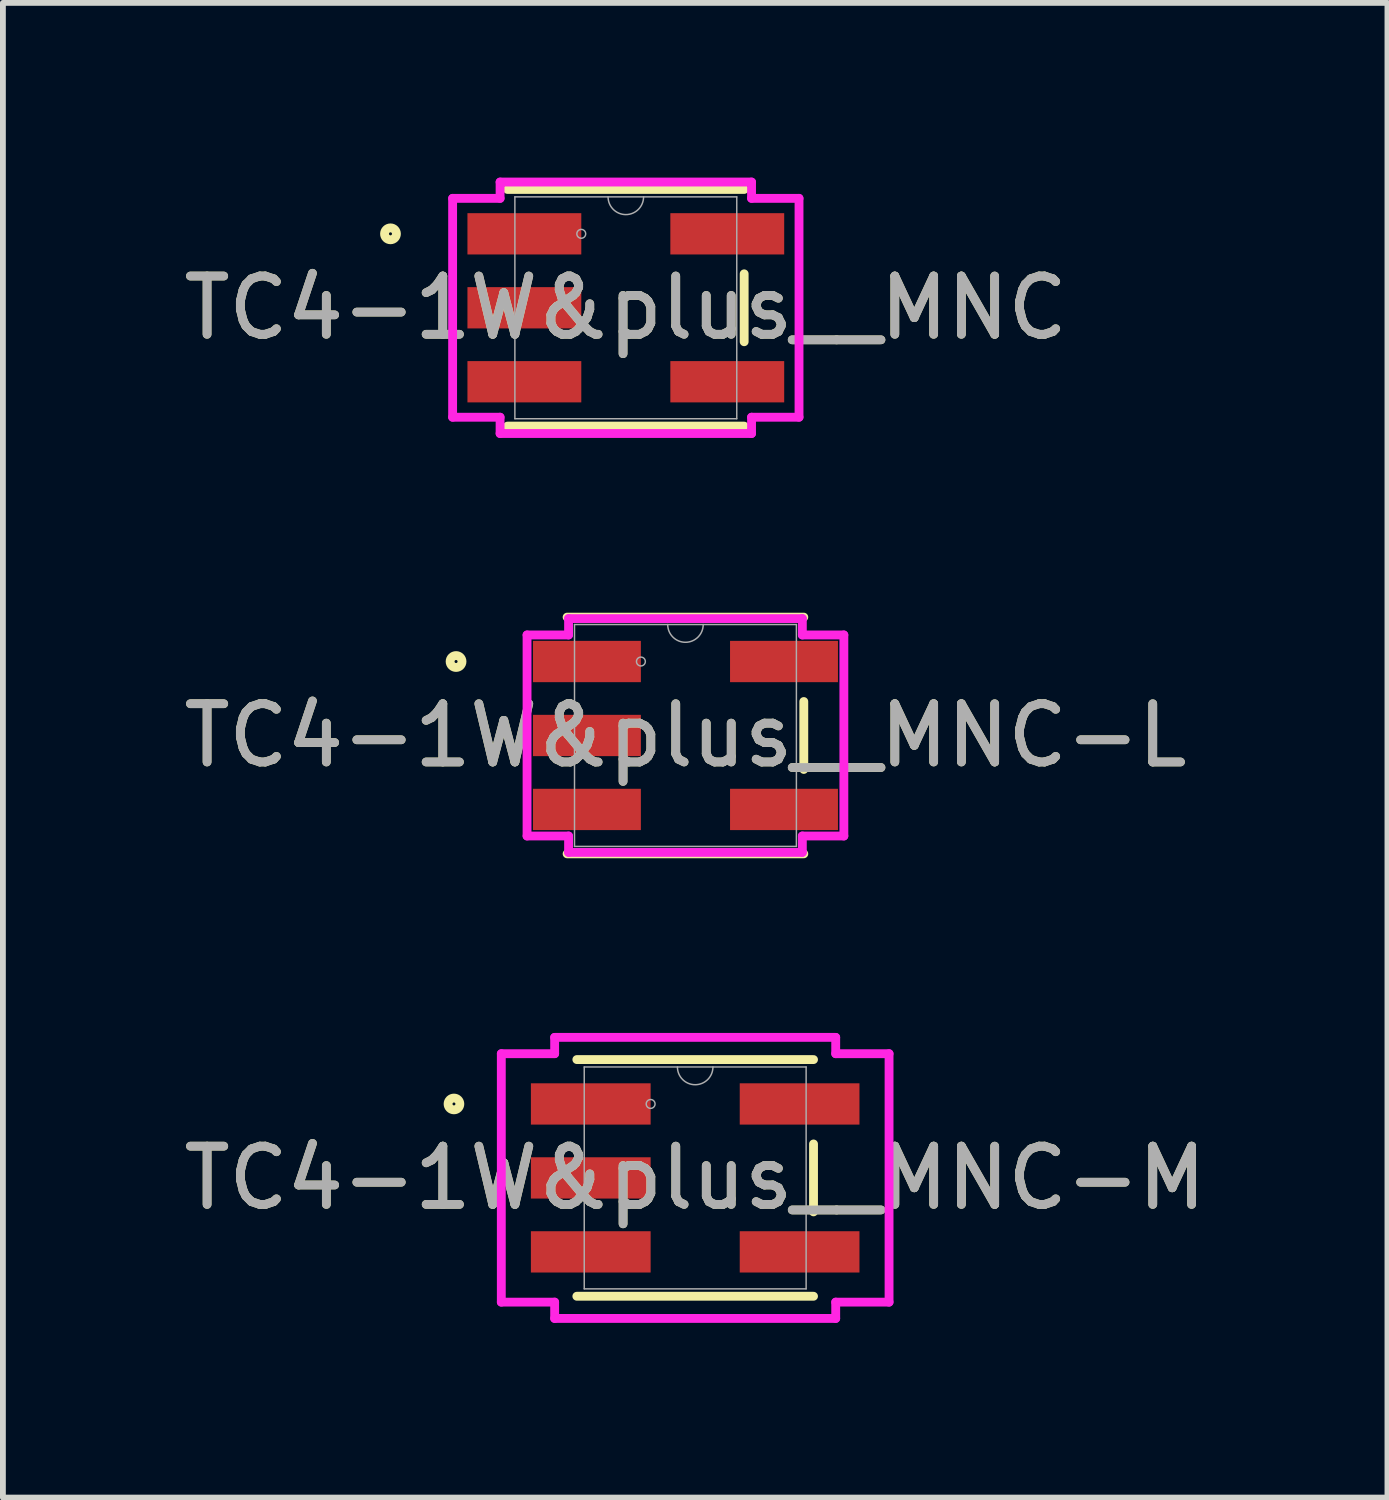
<source format=kicad_pcb>
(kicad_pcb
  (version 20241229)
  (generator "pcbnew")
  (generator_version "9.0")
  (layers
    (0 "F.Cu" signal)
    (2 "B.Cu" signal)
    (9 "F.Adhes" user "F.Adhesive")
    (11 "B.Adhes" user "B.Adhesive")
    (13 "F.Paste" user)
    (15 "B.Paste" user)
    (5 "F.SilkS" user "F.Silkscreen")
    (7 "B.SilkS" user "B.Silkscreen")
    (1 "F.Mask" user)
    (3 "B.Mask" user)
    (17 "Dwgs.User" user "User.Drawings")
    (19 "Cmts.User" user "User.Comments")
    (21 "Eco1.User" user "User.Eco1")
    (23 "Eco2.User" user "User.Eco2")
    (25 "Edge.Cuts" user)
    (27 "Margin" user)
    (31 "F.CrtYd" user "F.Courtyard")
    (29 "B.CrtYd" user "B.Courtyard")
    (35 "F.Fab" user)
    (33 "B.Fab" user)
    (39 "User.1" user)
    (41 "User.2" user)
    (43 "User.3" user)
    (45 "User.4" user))
  (footprint "TC4-1W&plus__MNC-M"
    (layer "F.Cu")
    (at 8.887 17.176)
    (property "Reference" "TC4-1W&plus__MNC-M" (at 0 0 0) (unlocked yes) (layer "F.SilkS") (effects (font (size 1 1) (thickness 0.15))))
    (attr smd)
    (fp_line (start -2.032 2.032) (end 2.032 2.032) (stroke (width 0.152) (type solid)) (layer "F.SilkS"))
    (fp_line (start 2.032 -2.032) (end -2.032 -2.032) (stroke (width 0.152) (type solid)) (layer "F.SilkS"))
    (fp_line (start 2.032 0.583) (end 2.032 -0.583) (stroke (width 0.152) (type solid)) (layer "F.SilkS"))
    (fp_circle (center -4.142 -1.27) (end -4.041 -1.27) (stroke (width 0.152) (type solid)) (fill no) (layer "F.SilkS"))
    (fp_line (start -3.329 -2.133) (end -2.413 -2.133) (stroke (width 0.152) (type solid)) (layer "F.CrtYd"))
    (fp_line (start -3.329 2.133) (end -3.329 -2.133) (stroke (width 0.152) (type solid)) (layer "F.CrtYd"))
    (fp_line (start -3.329 2.133) (end -2.413 2.133) (stroke (width 0.152) (type solid)) (layer "F.CrtYd"))
    (fp_line (start -2.413 -2.413) (end 2.413 -2.413) (stroke (width 0.152) (type solid)) (layer "F.CrtYd"))
    (fp_line (start -2.413 -2.133) (end -2.413 -2.413) (stroke (width 0.152) (type solid)) (layer "F.CrtYd"))
    (fp_line (start -2.413 2.413) (end -2.413 2.133) (stroke (width 0.152) (type solid)) (layer "F.CrtYd"))
    (fp_line (start 2.413 -2.413) (end 2.413 -2.133) (stroke (width 0.152) (type solid)) (layer "F.CrtYd"))
    (fp_line (start 2.413 2.133) (end 2.413 2.413) (stroke (width 0.152) (type solid)) (layer "F.CrtYd"))
    (fp_line (start 2.413 2.413) (end -2.413 2.413) (stroke (width 0.152) (type solid)) (layer "F.CrtYd"))
    (fp_line (start 3.329 -2.133) (end 2.413 -2.133) (stroke (width 0.152) (type solid)) (layer "F.CrtYd"))
    (fp_line (start 3.329 -2.133) (end 3.329 2.133) (stroke (width 0.152) (type solid)) (layer "F.CrtYd"))
    (fp_line (start 3.329 2.133) (end 2.413 2.133) (stroke (width 0.152) (type solid)) (layer "F.CrtYd"))
    (fp_line (start -1.905 -1.905) (end -1.905 1.905) (stroke (width 0.025) (type solid)) (layer "F.Fab"))
    (fp_line (start -1.905 1.905) (end 1.905 1.905) (stroke (width 0.025) (type solid)) (layer "F.Fab"))
    (fp_line (start 1.905 -1.905) (end -1.905 -1.905) (stroke (width 0.025) (type solid)) (layer "F.Fab"))
    (fp_line (start 1.905 1.905) (end 1.905 -1.905) (stroke (width 0.025) (type solid)) (layer "F.Fab"))
    (fp_arc (start 0.3048 -1.905) (mid 0 -1.6002) (end -0.3048 -1.905) (stroke (width 0.0254) (type solid)) (layer "F.Fab"))
    (fp_circle (center -0.765 -1.27) (end -0.689 -1.27) (stroke (width 0.025) (type solid)) (fill no) (layer "F.Fab"))
    (fp_text user "${REFERENCE}" (at 0 0 0) (unlocked yes) (layer "F.Fab") (effects (font (size 1 1) (thickness 0.15))))
    (pad "1" smd rect (at -1.793 -1.27) (size 2.056 0.709) (layers "F.Cu" "F.Mask" "F.Paste"))
    (pad "2" smd rect (at -1.793 0) (size 2.056 0.709) (layers "F.Cu" "F.Mask" "F.Paste"))
    (pad "3" smd rect (at -1.793 1.27) (size 2.056 0.709) (layers "F.Cu" "F.Mask" "F.Paste"))
    (pad "4" smd rect (at 1.793 1.27) (size 2.056 0.709) (layers "F.Cu" "F.Mask" "F.Paste"))
    (pad "6" smd rect (at 1.793 -1.27) (size 2.056 0.709) (layers "F.Cu" "F.Mask" "F.Paste")))
  (footprint "TC4-1W&plus__MNC"
    (layer "F.Cu")
    (at 7.696 2.235)
    (property "Reference" "TC4-1W&plus__MNC" (at 0 0 0) (unlocked yes) (layer "F.SilkS") (effects (font (size 1 1) (thickness 0.15))))
    (attr smd)
    (fp_line (start -2.032 2.032) (end 2.032 2.032) (stroke (width 0.152) (type solid)) (layer "F.SilkS"))
    (fp_line (start 2.032 -2.032) (end -2.032 -2.032) (stroke (width 0.152) (type solid)) (layer "F.SilkS"))
    (fp_line (start 2.032 0.583) (end 2.032 -0.583) (stroke (width 0.152) (type solid)) (layer "F.SilkS"))
    (fp_circle (center -4.041 -1.27) (end -3.939 -1.27) (stroke (width 0.152) (type solid)) (fill no) (layer "F.SilkS"))
    (fp_line (start -2.974 -1.879) (end -2.159 -1.879) (stroke (width 0.152) (type solid)) (layer "F.CrtYd"))
    (fp_line (start -2.974 1.879) (end -2.974 -1.879) (stroke (width 0.152) (type solid)) (layer "F.CrtYd"))
    (fp_line (start -2.974 1.879) (end -2.159 1.879) (stroke (width 0.152) (type solid)) (layer "F.CrtYd"))
    (fp_line (start -2.159 -2.159) (end 2.159 -2.159) (stroke (width 0.152) (type solid)) (layer "F.CrtYd"))
    (fp_line (start -2.159 -1.879) (end -2.159 -2.159) (stroke (width 0.152) (type solid)) (layer "F.CrtYd"))
    (fp_line (start -2.159 2.159) (end -2.159 1.879) (stroke (width 0.152) (type solid)) (layer "F.CrtYd"))
    (fp_line (start 2.159 -2.159) (end 2.159 -1.879) (stroke (width 0.152) (type solid)) (layer "F.CrtYd"))
    (fp_line (start 2.159 1.879) (end 2.159 2.159) (stroke (width 0.152) (type solid)) (layer "F.CrtYd"))
    (fp_line (start 2.159 2.159) (end -2.159 2.159) (stroke (width 0.152) (type solid)) (layer "F.CrtYd"))
    (fp_line (start 2.974 -1.879) (end 2.159 -1.879) (stroke (width 0.152) (type solid)) (layer "F.CrtYd"))
    (fp_line (start 2.974 -1.879) (end 2.974 1.879) (stroke (width 0.152) (type solid)) (layer "F.CrtYd"))
    (fp_line (start 2.974 1.879) (end 2.159 1.879) (stroke (width 0.152) (type solid)) (layer "F.CrtYd"))
    (fp_line (start -1.905 -1.905) (end -1.905 1.905) (stroke (width 0.025) (type solid)) (layer "F.Fab"))
    (fp_line (start -1.905 1.905) (end 1.905 1.905) (stroke (width 0.025) (type solid)) (layer "F.Fab"))
    (fp_line (start 1.905 -1.905) (end -1.905 -1.905) (stroke (width 0.025) (type solid)) (layer "F.Fab"))
    (fp_line (start 1.905 1.905) (end 1.905 -1.905) (stroke (width 0.025) (type solid)) (layer "F.Fab"))
    (fp_arc (start 0.3048 -1.905) (mid 0 -1.6002) (end -0.3048 -1.905) (stroke (width 0.0254) (type solid)) (layer "F.Fab"))
    (fp_circle (center -0.765 -1.27) (end -0.689 -1.27) (stroke (width 0.025) (type solid)) (fill no) (layer "F.Fab"))
    (fp_text user "${REFERENCE}" (at 0 0 0) (unlocked yes) (layer "F.Fab") (effects (font (size 1 1) (thickness 0.15))))
    (pad "1" smd rect (at -1.742 -1.27) (size 1.955 0.709) (layers "F.Cu" "F.Mask" "F.Paste"))
    (pad "2" smd rect (at -1.742 0) (size 1.955 0.709) (layers "F.Cu" "F.Mask" "F.Paste"))
    (pad "3" smd rect (at -1.742 1.27) (size 1.955 0.709) (layers "F.Cu" "F.Mask" "F.Paste"))
    (pad "4" smd rect (at 1.742 1.27) (size 1.955 0.709) (layers "F.Cu" "F.Mask" "F.Paste"))
    (pad "6" smd rect (at 1.742 -1.27) (size 1.955 0.709) (layers "F.Cu" "F.Mask" "F.Paste")))
  (footprint "TC4-1W&plus__MNC-L"
    (layer "F.Cu")
    (at 8.72 9.579)
    (property "Reference" "TC4-1W&plus__MNC-L" (at 0 0 0) (unlocked yes) (layer "F.SilkS") (effects (font (size 1 1) (thickness 0.15))))
    (attr smd)
    (fp_line (start -2.032 2.032) (end 2.032 2.032) (stroke (width 0.152) (type solid)) (layer "F.SilkS"))
    (fp_line (start 2.032 -2.032) (end -2.032 -2.032) (stroke (width 0.152) (type solid)) (layer "F.SilkS"))
    (fp_line (start 2.032 0.583) (end 2.032 -0.583) (stroke (width 0.152) (type solid)) (layer "F.SilkS"))
    (fp_circle (center -3.939 -1.27) (end -3.837 -1.27) (stroke (width 0.152) (type solid)) (fill no) (layer "F.SilkS"))
    (fp_line (start -2.72 -1.726) (end -2.007 -1.726) (stroke (width 0.152) (type solid)) (layer "F.CrtYd"))
    (fp_line (start -2.72 1.726) (end -2.72 -1.726) (stroke (width 0.152) (type solid)) (layer "F.CrtYd"))
    (fp_line (start -2.72 1.726) (end -2.007 1.726) (stroke (width 0.152) (type solid)) (layer "F.CrtYd"))
    (fp_line (start -2.007 -2.007) (end 2.007 -2.007) (stroke (width 0.152) (type solid)) (layer "F.CrtYd"))
    (fp_line (start -2.007 -1.726) (end -2.007 -2.007) (stroke (width 0.152) (type solid)) (layer "F.CrtYd"))
    (fp_line (start -2.007 2.007) (end -2.007 1.726) (stroke (width 0.152) (type solid)) (layer "F.CrtYd"))
    (fp_line (start 2.007 -2.007) (end 2.007 -1.726) (stroke (width 0.152) (type solid)) (layer "F.CrtYd"))
    (fp_line (start 2.007 1.726) (end 2.007 2.007) (stroke (width 0.152) (type solid)) (layer "F.CrtYd"))
    (fp_line (start 2.007 2.007) (end -2.007 2.007) (stroke (width 0.152) (type solid)) (layer "F.CrtYd"))
    (fp_line (start 2.72 -1.726) (end 2.007 -1.726) (stroke (width 0.152) (type solid)) (layer "F.CrtYd"))
    (fp_line (start 2.72 -1.726) (end 2.72 1.726) (stroke (width 0.152) (type solid)) (layer "F.CrtYd"))
    (fp_line (start 2.72 1.726) (end 2.007 1.726) (stroke (width 0.152) (type solid)) (layer "F.CrtYd"))
    (fp_line (start -1.905 -1.905) (end -1.905 1.905) (stroke (width 0.025) (type solid)) (layer "F.Fab"))
    (fp_line (start -1.905 1.905) (end 1.905 1.905) (stroke (width 0.025) (type solid)) (layer "F.Fab"))
    (fp_line (start 1.905 -1.905) (end -1.905 -1.905) (stroke (width 0.025) (type solid)) (layer "F.Fab"))
    (fp_line (start 1.905 1.905) (end 1.905 -1.905) (stroke (width 0.025) (type solid)) (layer "F.Fab"))
    (fp_arc (start 0.3048 -1.905) (mid 0 -1.6002) (end -0.3048 -1.905) (stroke (width 0.0254) (type solid)) (layer "F.Fab"))
    (fp_circle (center -0.765 -1.27) (end -0.689 -1.27) (stroke (width 0.025) (type solid)) (fill no) (layer "F.Fab"))
    (fp_text user "${REFERENCE}" (at 0 0 0) (unlocked yes) (layer "F.Fab") (effects (font (size 1 1) (thickness 0.15))))
    (pad "1" smd rect (at -1.692 -1.27) (size 1.853 0.709) (layers "F.Cu" "F.Mask" "F.Paste"))
    (pad "2" smd rect (at -1.692 0) (size 1.853 0.709) (layers "F.Cu" "F.Mask" "F.Paste"))
    (pad "3" smd rect (at -1.692 1.27) (size 1.853 0.709) (layers "F.Cu" "F.Mask" "F.Paste"))
    (pad "4" smd rect (at 1.692 1.27) (size 1.853 0.709) (layers "F.Cu" "F.Mask" "F.Paste"))
    (pad "6" smd rect (at 1.692 -1.27) (size 1.853 0.709) (layers "F.Cu" "F.Mask" "F.Paste")))
  (gr_rect
    (start -3 -3)
    (end 20.774 22.665)
    (stroke (width 0.1) (type default))
    (fill no)
    (layer "Edge.Cuts")))
</source>
